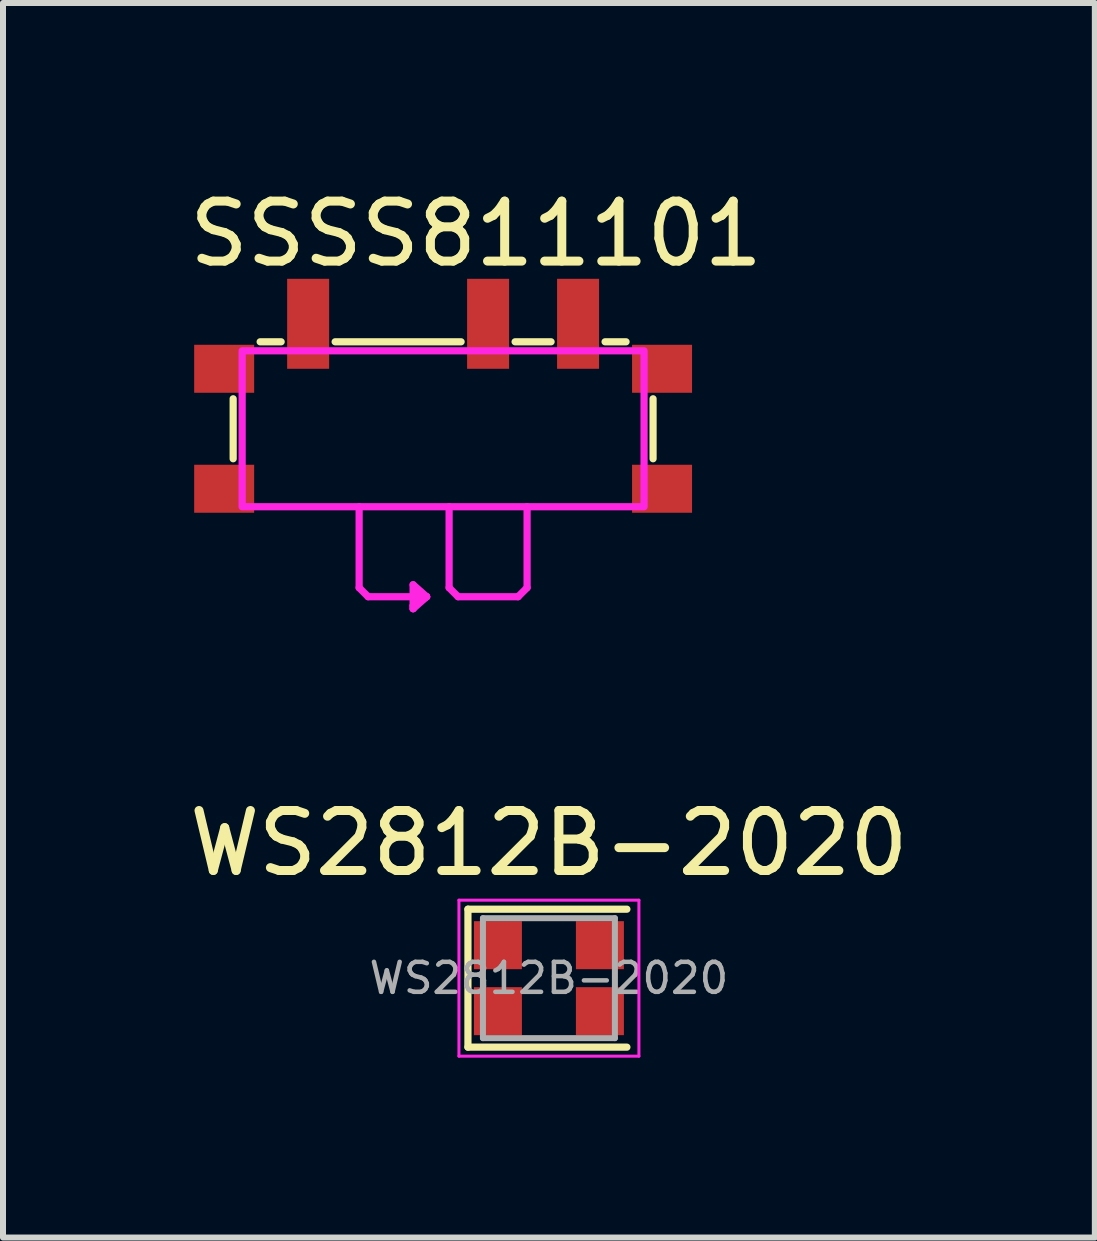
<source format=kicad_pcb>
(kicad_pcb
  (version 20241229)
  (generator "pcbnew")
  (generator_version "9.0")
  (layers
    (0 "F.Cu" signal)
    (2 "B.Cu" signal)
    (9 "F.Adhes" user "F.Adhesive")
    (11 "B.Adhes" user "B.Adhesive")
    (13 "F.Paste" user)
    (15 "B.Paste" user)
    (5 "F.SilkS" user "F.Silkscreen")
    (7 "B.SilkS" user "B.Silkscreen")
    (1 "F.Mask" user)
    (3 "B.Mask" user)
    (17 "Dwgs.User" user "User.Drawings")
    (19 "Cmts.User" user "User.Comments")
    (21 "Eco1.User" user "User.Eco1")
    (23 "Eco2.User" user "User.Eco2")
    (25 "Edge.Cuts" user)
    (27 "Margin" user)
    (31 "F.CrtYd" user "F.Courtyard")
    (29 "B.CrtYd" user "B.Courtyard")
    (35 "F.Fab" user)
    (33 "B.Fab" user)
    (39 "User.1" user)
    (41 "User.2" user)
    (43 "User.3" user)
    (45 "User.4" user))
  (footprint "WS2812B-2020"
    (layer "F.Cu")
    (at 6.101 13.257)
    (property "Reference" "WS2812B-2020" (at 0 -2.25 0) (layer "F.SilkS") (effects (font (size 1 1) (thickness 0.15))))
    (attr smd)
    (fp_line (start -1.35 -1.15) (end 1.3 -1.15) (stroke (width 0.12) (type solid)) (layer "F.SilkS"))
    (fp_line (start -1.35 1.15) (end -1.35 -1.15) (stroke (width 0.12) (type solid)) (layer "F.SilkS"))
    (fp_line (start -1.35 1.15) (end 1.3 1.15) (stroke (width 0.12) (type solid)) (layer "F.SilkS"))
    (fp_line (start -1.5 -1.3) (end -1.5 1.3) (stroke (width 0.05) (type solid)) (layer "F.CrtYd"))
    (fp_line (start -1.5 1.3) (end 1.5 1.3) (stroke (width 0.05) (type solid)) (layer "F.CrtYd"))
    (fp_line (start 1.5 -1.3) (end -1.5 -1.3) (stroke (width 0.05) (type solid)) (layer "F.CrtYd"))
    (fp_line (start 1.5 1.3) (end 1.5 -1.3) (stroke (width 0.05) (type solid)) (layer "F.CrtYd"))
    (fp_line (start -1.1 -1) (end -1.1 1) (stroke (width 0.1) (type solid)) (layer "F.Fab"))
    (fp_line (start -1.1 1) (end 1.1 1) (stroke (width 0.1) (type solid)) (layer "F.Fab"))
    (fp_line (start 1.1 -1) (end -1.1 -1) (stroke (width 0.1) (type solid)) (layer "F.Fab"))
    (fp_line (start 1.1 1) (end 1.1 -1) (stroke (width 0.1) (type solid)) (layer "F.Fab"))
    (fp_text user "${REFERENCE}" (at 0 0 0) (layer "F.Fab") (effects (font (size 0.5 0.5) (thickness 0.075))))
    (pad "1" smd rect (at -0.85 -0.55) (size 0.8 0.8) (layers "F.Cu" "F.Mask" "F.Paste"))
    (pad "2" smd rect (at -0.85 0.55) (size 0.8 0.8) (layers "F.Cu" "F.Mask" "F.Paste"))
    (pad "3" smd rect (at 0.85 0.55) (size 0.8 0.8) (layers "F.Cu" "F.Mask" "F.Paste"))
    (pad "4" smd rect (at 0.85 -0.55) (size 0.8 0.8) (layers "F.Cu" "F.Mask" "F.Paste")))
  (footprint "SSSS811101"
    (layer "F.Cu")
    (at 4.337 4.098)
    (property "Reference" "SSSS811101" (at 0.55 -3.25 0) (unlocked yes) (layer "F.SilkS") (effects (font (size 1 1) (thickness 0.15))))
    (attr smd)
    (fp_line (start -3.5 -0.5) (end -3.5 0.5) (stroke (width 0.12) (type solid)) (layer "F.SilkS"))
    (fp_line (start -3.05 -1.45) (end -2.7 -1.45) (stroke (width 0.12) (type solid)) (layer "F.SilkS"))
    (fp_line (start -1.8 -1.45) (end 0.3 -1.45) (stroke (width 0.12) (type solid)) (layer "F.SilkS"))
    (fp_line (start 1.2 -1.45) (end 1.8 -1.45) (stroke (width 0.12) (type solid)) (layer "F.SilkS"))
    (fp_line (start 2.7 -1.45) (end 3.05 -1.45) (stroke (width 0.12) (type solid)) (layer "F.SilkS"))
    (fp_line (start 3.5 -0.5) (end 3.5 0.5) (stroke (width 0.12) (type solid)) (layer "F.SilkS"))
    (fp_line (start -1.4 2.65) (end -1.4 1.3) (stroke (width 0.12) (type solid)) (layer "F.CrtYd"))
    (fp_line (start -1.25 2.8) (end -1.4 2.65) (stroke (width 0.12) (type solid)) (layer "F.CrtYd"))
    (fp_line (start -1.25 2.8) (end -0.275 2.8) (stroke (width 0.12) (type solid)) (layer "F.CrtYd"))
    (fp_line (start -0.5 2.6) (end -0.5 2.95) (stroke (width 0.12) (type solid)) (layer "F.CrtYd"))
    (fp_line (start -0.5 2.95) (end -0.275 2.8) (stroke (width 0.12) (type solid)) (layer "F.CrtYd"))
    (fp_line (start -0.5 3) (end -0.5 2.95) (stroke (width 0.12) (type solid)) (layer "F.CrtYd"))
    (fp_line (start -0.5 3) (end -0.275 2.8) (stroke (width 0.12) (type solid)) (layer "F.CrtYd"))
    (fp_line (start -0.45 2.75) (end -0.5 3) (stroke (width 0.12) (type solid)) (layer "F.CrtYd"))
    (fp_line (start -0.275 2.8) (end -0.5 2.6) (stroke (width 0.12) (type solid)) (layer "F.CrtYd"))
    (fp_line (start -0.275 2.8) (end -0.45 2.75) (stroke (width 0.12) (type solid)) (layer "F.CrtYd"))
    (fp_line (start 0.1 2.65) (end 0.1 1.3) (stroke (width 0.12) (type solid)) (layer "F.CrtYd"))
    (fp_line (start 0.25 2.8) (end 0.1 2.65) (stroke (width 0.12) (type solid)) (layer "F.CrtYd"))
    (fp_line (start 1.25 2.8) (end 0.25 2.8) (stroke (width 0.12) (type solid)) (layer "F.CrtYd"))
    (fp_line (start 1.25 2.8) (end 1.4 2.65) (stroke (width 0.12) (type solid)) (layer "F.CrtYd"))
    (fp_line (start 1.4 2.65) (end 1.4 1.3) (stroke (width 0.12) (type solid)) (layer "F.CrtYd"))
    (fp_rect (start -3.35 -1.3) (end 3.35 1.3) (stroke (width 0.12) (type solid)) (fill no) (layer "F.CrtYd"))
    (pad "" smd rect (at -3.65 -1) (size 1 0.8) (layers "F.Cu" "F.Mask" "F.Paste"))
    (pad "" smd rect (at -3.65 1) (size 1 0.8) (layers "F.Cu" "F.Mask" "F.Paste"))
    (pad "" np_thru_hole circle (at -1.5 0) (size 0.001 0.001) (drill 0.9) (layers "*.Cu" "*.Mask"))
    (pad "" np_thru_hole circle (at 1.5 0) (size 0.001 0.001) (drill 0.9) (layers "*.Cu" "*.Mask"))
    (pad "" smd rect (at 3.65 -1) (size 1 0.8) (layers "F.Cu" "F.Mask" "F.Paste"))
    (pad "" smd rect (at 3.65 1) (size 1 0.8) (layers "F.Cu" "F.Mask" "F.Paste"))
    (pad "1" smd rect (at -2.25 -1.75) (size 0.7 1.5) (layers "F.Cu" "F.Mask" "F.Paste"))
    (pad "2" smd rect (at 0.75 -1.75) (size 0.7 1.5) (layers "F.Cu" "F.Mask" "F.Paste"))
    (pad "3" smd rect (at 2.25 -1.75) (size 0.7 1.5) (layers "F.Cu" "F.Mask" "F.Paste")))
  (gr_rect
    (start -3 -3)
    (end 15.202 17.581)
    (stroke (width 0.1) (type default))
    (fill no)
    (layer "Edge.Cuts")))
</source>
